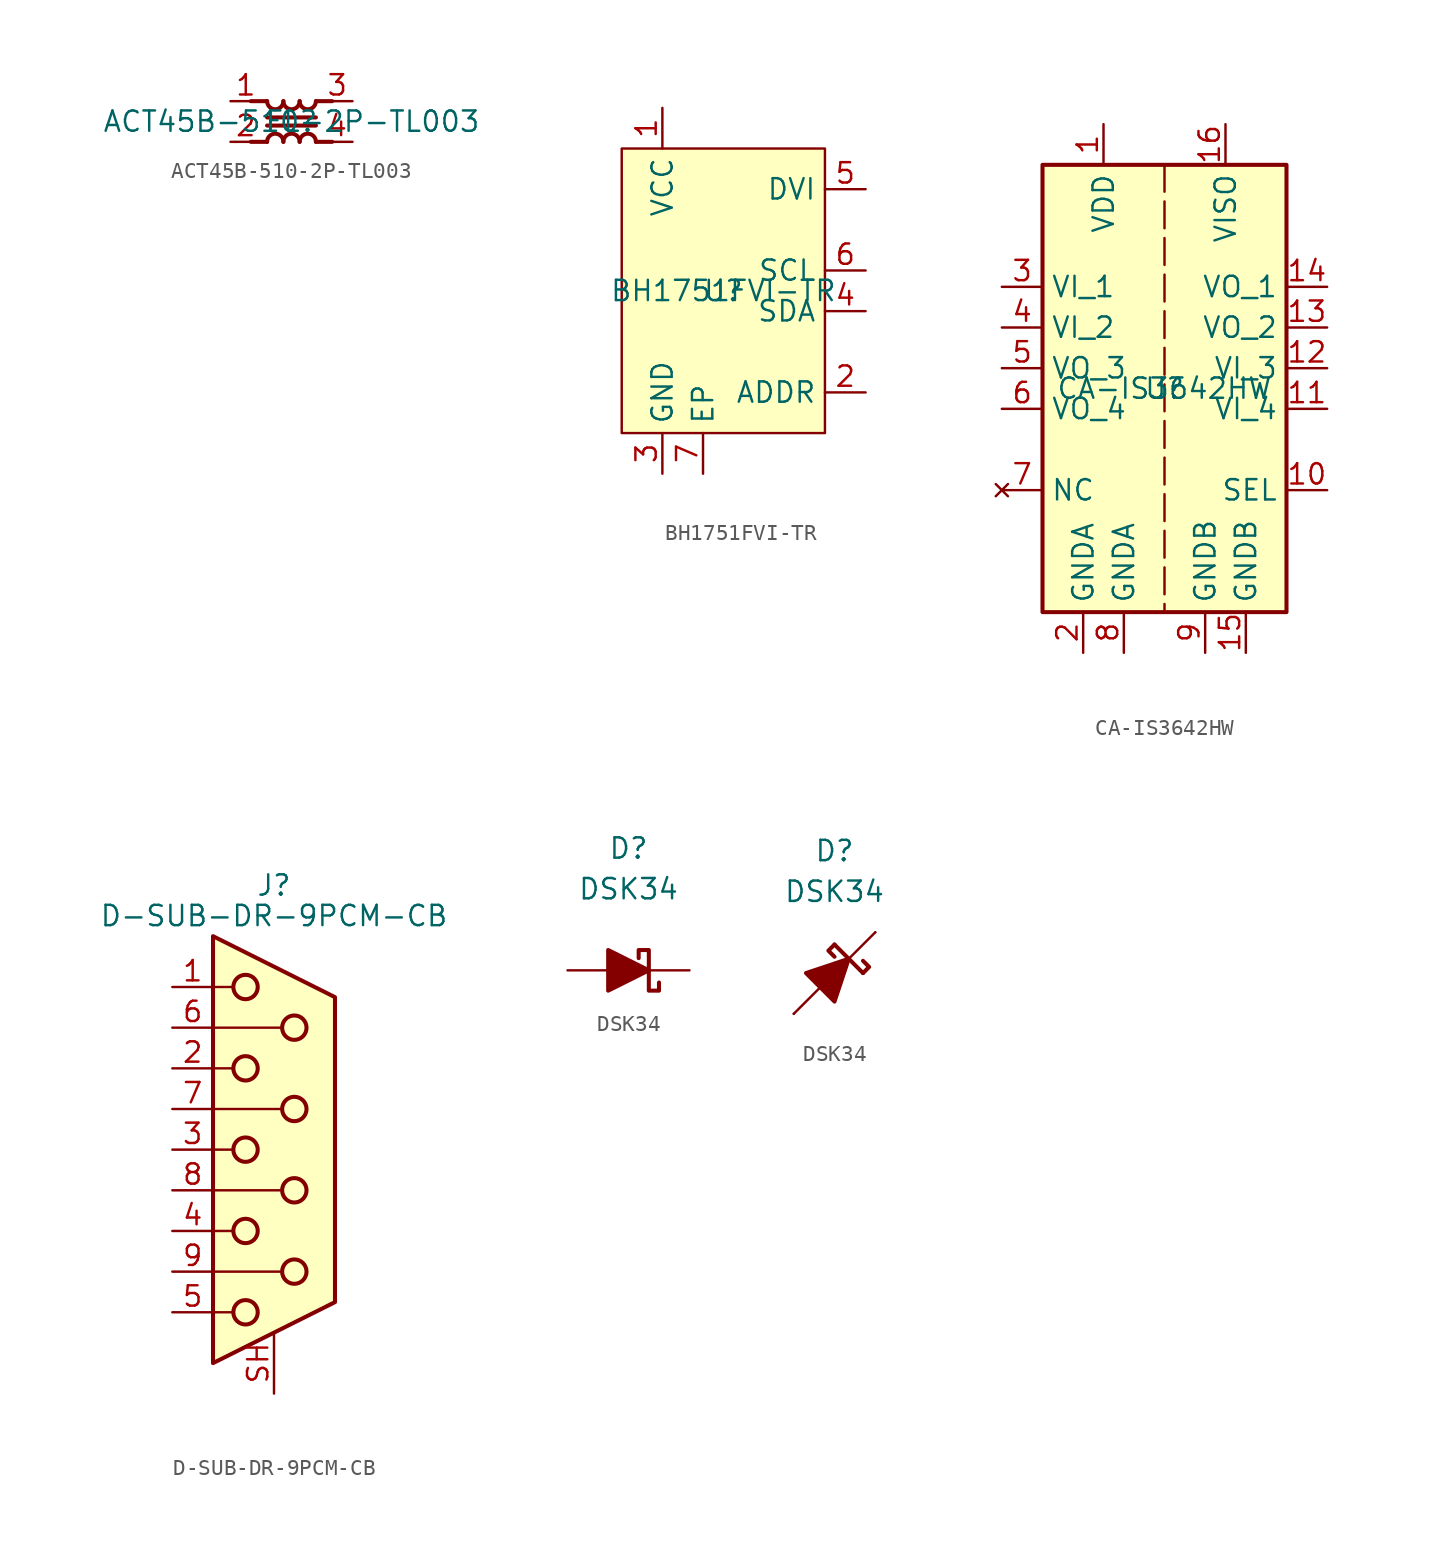
<source format=kicad_sym>
(kicad_symbol_lib
  (version 20241209)
  (generator "kicad_symbol_editor")
  (generator_version "9.0")
  (symbol "ACT45B-510-2P-TL003"
    (pin_names
      (offset 0.254)
      (hide yes))
    (property "Reference" "FL"
      (at 0 0 0)
      (effects (font (size 1.27 1.27))))
    (property "Value" "ACT45B-510-2P-TL003"
      (at 0 0 0)
      (effects (font (size 1.27 1.27))))
    (symbol "ACT45B-510-2P-TL003_0_1"
      (polyline (pts (xy -2.54 1.27) (xy -1.524 1.27)) (stroke (width 0.254) (type default)) (fill (type none)))
      (polyline (pts (xy -2.54 -1.27) (xy -1.524 -1.27)) (stroke (width 0.254) (type default)) (fill (type none)))
      (polyline (pts (xy -1.524 0.254) (xy 1.524 0.254)) (stroke (width 0.254) (type default)) (fill (type none)))
      (arc (start -0.508 1.27) (mid -1.016 0.7642) (end -1.524 1.27) (stroke (width 0.254) (type default)) (fill (type none)))
      (arc (start -1.524 -1.27) (mid -1.016 -0.7642) (end -0.508 -1.27) (stroke (width 0.254) (type default)) (fill (type none)))
      (arc (start 0.508 1.27) (mid 0 0.7642) (end -0.508 1.27) (stroke (width 0.254) (type default)) (fill (type none)))
      (arc (start -0.508 -1.27) (mid 0 -0.7642) (end 0.508 -1.27) (stroke (width 0.254) (type default)) (fill (type none)))
      (arc (start 1.524 1.27) (mid 1.016 0.7642) (end 0.508 1.27) (stroke (width 0.254) (type default)) (fill (type none)))
      (arc (start 0.508 -1.27) (mid 1.016 -0.7642) (end 1.524 -1.27) (stroke (width 0.254) (type default)) (fill (type none)))
      (polyline (pts (xy 1.524 1.27) (xy 2.54 1.27)) (stroke (width 0.254) (type default)) (fill (type none)))
      (polyline (pts (xy 1.524 -0.254) (xy -1.524 -0.254)) (stroke (width 0.254) (type default)) (fill (type none)))
      (polyline (pts (xy 1.524 -1.27) (xy 2.54 -1.27)) (stroke (width 0.254) (type default)) (fill (type none))))
    (symbol "ACT45B-510-2P-TL003_1_1"
      (pin passive line (at -3.81 1.27 0) (length 1.905) (name "1" (effects (font (size 1.27 1.27)))) (number "1" (effects (font (size 1.27 1.27)))))
      (pin passive line (at -3.81 -1.27 0) (length 1.905) (name "2" (effects (font (size 1.27 1.27)))) (number "2" (effects (font (size 1.27 1.27)))))
      (pin passive line (at 3.81 1.27 180) (length 1.905) (name "3" (effects (font (size 1.27 1.27)))) (number "3" (effects (font (size 1.27 1.27)))))
      (pin passive line (at 3.81 -1.27 180) (length 1.905) (name "4" (effects (font (size 1.27 1.27)))) (number "4" (effects (font (size 1.27 1.27)))))))
  (symbol "BH1751FVI-TR"
    (property "Reference" "U"
      (at 0 0 0)
      (effects (font (size 1.27 1.27))))
    (property "Value" "BH1751FVI-TR"
      (at 0 0 0)
      (effects (font (size 1.27 1.27))))
    (symbol "BH1751FVI-TR_0_1"
      (rectangle (start -6.35 8.89) (end 6.35 -8.89) (stroke (width 0) (type default)) (fill (type background))))
    (symbol "BH1751FVI-TR_1_1"
      (pin power_in line (at -3.81 11.43 270) (length 2.54) (name "VCC" (effects (font (size 1.27 1.27)))) (number "1" (effects (font (size 1.27 1.27)))))
      (pin passive line (at -3.81 -11.43 90) (length 2.54) (name "GND" (effects (font (size 1.27 1.27)))) (number "3" (effects (font (size 1.27 1.27)))))
      (pin passive line (at -1.27 -11.43 90) (length 2.54) (name "EP" (effects (font (size 1.27 1.27)))) (number "7" (effects (font (size 1.27 1.27)))))
      (pin input line (at 8.89 6.35 180) (length 2.54) (name "DVI" (effects (font (size 1.27 1.27)))) (number "5" (effects (font (size 1.27 1.27)))))
      (pin bidirectional line (at 8.89 1.27 180) (length 2.54) (name "SCL" (effects (font (size 1.27 1.27)))) (number "6" (effects (font (size 1.27 1.27)))))
      (pin bidirectional line (at 8.89 -1.27 180) (length 2.54) (name "SDA" (effects (font (size 1.27 1.27)))) (number "4" (effects (font (size 1.27 1.27)))))
      (pin input line (at 8.89 -6.35 180) (length 2.54) (name "ADDR" (effects (font (size 1.27 1.27)))) (number "2" (effects (font (size 1.27 1.27)))))))
  (symbol "CA-IS3642HW"
    (property "Reference" "U"
      (at 0 0 0)
      (effects (font (size 1.27 1.27))))
    (property "Value" "CA-IS3642HW"
      (at 0 0 0)
      (effects (font (size 1.27 1.27))))
    (symbol "CA-IS3642HW_0_1"
      (rectangle (start -7.62 13.97) (end 7.62 -13.97) (stroke (width 0.254) (type default)) (fill (type background)))
      (polyline (pts (xy 0 13.97) (xy 0 -13.97)) (stroke (width 0) (type dash)) (fill (type none))))
    (symbol "CA-IS3642HW_1_1"
      (pin input line (at -10.16 6.35 0) (length 2.54) (name "VI_1" (effects (font (size 1.27 1.27)))) (number "3" (effects (font (size 1.27 1.27)))))
      (pin input line (at -10.16 3.81 0) (length 2.54) (name "VI_2" (effects (font (size 1.27 1.27)))) (number "4" (effects (font (size 1.27 1.27)))))
      (pin output line (at -10.16 1.27 0) (length 2.54) (name "VO_3" (effects (font (size 1.27 1.27)))) (number "5" (effects (font (size 1.27 1.27)))))
      (pin output line (at -10.16 -1.27 0) (length 2.54) (name "VO_4" (effects (font (size 1.27 1.27)))) (number "6" (effects (font (size 1.27 1.27)))))
      (pin no_connect line (at -10.16 -6.35 0) (length 2.54) (name "NC" (effects (font (size 1.27 1.27)))) (number "7" (effects (font (size 1.27 1.27)))))
      (pin passive line (at -5.08 -16.51 90) (length 2.54) (name "GNDA" (effects (font (size 1.27 1.27)))) (number "2" (effects (font (size 1.27 1.27)))))
      (pin power_in line (at -3.81 16.51 270) (length 2.54) (name "VDD" (effects (font (size 1.27 1.27)))) (number "1" (effects (font (size 1.27 1.27)))))
      (pin passive line (at -2.54 -16.51 90) (length 2.54) (name "GNDA" (effects (font (size 1.27 1.27)))) (number "8" (effects (font (size 1.27 1.27)))))
      (pin passive line (at 2.54 -16.51 90) (length 2.54) (name "GNDB" (effects (font (size 1.27 1.27)))) (number "9" (effects (font (size 1.27 1.27)))))
      (pin power_out line (at 3.81 16.51 270) (length 2.54) (name "VISO" (effects (font (size 1.27 1.27)))) (number "16" (effects (font (size 1.27 1.27)))))
      (pin passive line (at 5.08 -16.51 90) (length 2.54) (name "GNDB" (effects (font (size 1.27 1.27)))) (number "15" (effects (font (size 1.27 1.27)))))
      (pin output line (at 10.16 6.35 180) (length 2.54) (name "VO_1" (effects (font (size 1.27 1.27)))) (number "14" (effects (font (size 1.27 1.27)))))
      (pin output line (at 10.16 3.81 180) (length 2.54) (name "VO_2" (effects (font (size 1.27 1.27)))) (number "13" (effects (font (size 1.27 1.27)))))
      (pin input line (at 10.16 1.27 180) (length 2.54) (name "VI_3" (effects (font (size 1.27 1.27)))) (number "12" (effects (font (size 1.27 1.27)))))
      (pin input line (at 10.16 -1.27 180) (length 2.54) (name "VI_4" (effects (font (size 1.27 1.27)))) (number "11" (effects (font (size 1.27 1.27)))))
      (pin input line (at 10.16 -6.35 180) (length 2.54) (name "SEL" (effects (font (size 1.27 1.27)))) (number "10" (effects (font (size 1.27 1.27)))))))
  (symbol "D-SUB-DR-9PCM-CB"
    (pin_names
      (offset 1.016)
      (hide yes))
    (property "Reference" "J"
      (at 0 16.51 0)
      (effects (font (size 1.27 1.27))))
    (property "Value" "D-SUB-DR-9PCM-CB"
      (at 0 14.605 0)
      (effects (font (size 1.27 1.27))))
    (symbol "D-SUB-DR-9PCM-CB_0_1"
      (polyline (pts (xy -3.81 13.335) (xy -3.81 -13.335) (xy 3.81 -9.525) (xy 3.81 9.525) (xy -3.81 13.335)) (stroke (width 0.254) (type default)) (fill (type background)))
      (polyline (pts (xy -3.81 10.16) (xy -2.54 10.16)) (stroke (width 0) (type default)) (fill (type none)))
      (polyline (pts (xy -3.81 7.62) (xy 0.508 7.62)) (stroke (width 0) (type default)) (fill (type none)))
      (polyline (pts (xy -3.81 5.08) (xy -2.54 5.08)) (stroke (width 0) (type default)) (fill (type none)))
      (polyline (pts (xy -3.81 2.54) (xy 0.508 2.54)) (stroke (width 0) (type default)) (fill (type none)))
      (polyline (pts (xy -3.81 0) (xy -2.54 0)) (stroke (width 0) (type default)) (fill (type none)))
      (polyline (pts (xy -3.81 -2.54) (xy 0.508 -2.54)) (stroke (width 0) (type default)) (fill (type none)))
      (polyline (pts (xy -3.81 -5.08) (xy -2.54 -5.08)) (stroke (width 0) (type default)) (fill (type none)))
      (polyline (pts (xy -3.81 -7.62) (xy 0.508 -7.62)) (stroke (width 0) (type default)) (fill (type none)))
      (polyline (pts (xy -3.81 -10.16) (xy -2.54 -10.16)) (stroke (width 0) (type default)) (fill (type none)))
      (circle (center -1.778 10.16) (radius 0.762) (stroke (width 0.254) (type default)) (fill (type none)))
      (circle (center -1.778 5.08) (radius 0.762) (stroke (width 0.254) (type default)) (fill (type none)))
      (circle (center -1.778 0) (radius 0.762) (stroke (width 0.254) (type default)) (fill (type none)))
      (circle (center -1.778 -5.08) (radius 0.762) (stroke (width 0.254) (type default)) (fill (type none)))
      (circle (center -1.778 -10.16) (radius 0.762) (stroke (width 0.254) (type default)) (fill (type none)))
      (circle (center 1.27 7.62) (radius 0.762) (stroke (width 0.254) (type default)) (fill (type none)))
      (circle (center 1.27 2.54) (radius 0.762) (stroke (width 0.254) (type default)) (fill (type none)))
      (circle (center 1.27 -2.54) (radius 0.762) (stroke (width 0.254) (type default)) (fill (type none)))
      (circle (center 1.27 -7.62) (radius 0.762) (stroke (width 0.254) (type default)) (fill (type none))))
    (symbol "D-SUB-DR-9PCM-CB_1_1"
      (pin passive line (at -6.35 10.16 0) (length 2.54) (name "1" (effects (font (size 1.27 1.27)))) (number "1" (effects (font (size 1.27 1.27)))))
      (pin passive line (at -6.35 7.62 0) (length 2.54) (name "6" (effects (font (size 1.27 1.27)))) (number "6" (effects (font (size 1.27 1.27)))))
      (pin passive line (at -6.35 5.08 0) (length 2.54) (name "2" (effects (font (size 1.27 1.27)))) (number "2" (effects (font (size 1.27 1.27)))))
      (pin passive line (at -6.35 2.54 0) (length 2.54) (name "7" (effects (font (size 1.27 1.27)))) (number "7" (effects (font (size 1.27 1.27)))))
      (pin passive line (at -6.35 0 0) (length 2.54) (name "3" (effects (font (size 1.27 1.27)))) (number "3" (effects (font (size 1.27 1.27)))))
      (pin passive line (at -6.35 -2.54 0) (length 2.54) (name "8" (effects (font (size 1.27 1.27)))) (number "8" (effects (font (size 1.27 1.27)))))
      (pin passive line (at -6.35 -5.08 0) (length 2.54) (name "4" (effects (font (size 1.27 1.27)))) (number "4" (effects (font (size 1.27 1.27)))))
      (pin passive line (at -6.35 -7.62 0) (length 2.54) (name "9" (effects (font (size 1.27 1.27)))) (number "9" (effects (font (size 1.27 1.27)))))
      (pin passive line (at -6.35 -10.16 0) (length 2.54) (name "5" (effects (font (size 1.27 1.27)))) (number "5" (effects (font (size 1.27 1.27)))))
      (pin passive line (at 0 -15.24 90) (length 3.81) (name "PAD" (effects (font (size 1.27 1.27)))) (number "SH" (effects (font (size 1.27 1.27)))))))
  (symbol "DSK34"
    (pin_numbers
      (hide yes))
    (pin_names
      (offset 1.016)
      (hide yes))
    (property "Reference" "D"
      (at 0 7.62 0)
      (effects (font (size 1.27 1.27))))
    (property "Value" "DSK34"
      (at 0 5.08 0)
      (effects (font (size 1.27 1.27))))
    (symbol "DSK34_0_1"
      (polyline (pts (xy -1.27 0) (xy 1.27 0)) (stroke (width 0) (type default)) (fill (type none)))
      (polyline (pts (xy -1.27 -1.27) (xy -1.27 1.27) (xy 1.27 0) (xy -1.27 -1.27)) (stroke (width 0.254) (type default)) (fill (type outline)))
      (polyline (pts (xy 1.905 -0.762) (xy 1.905 -1.27) (xy 1.27 -1.27) (xy 1.27 1.27) (xy 0.635 1.27) (xy 0.635 0.762)) (stroke (width 0.254) (type default)) (fill (type none))))
    (symbol "DSK34_0_2"
      (polyline (pts (xy -2.54 -2.54) (xy 2.54 2.54)) (stroke (width 0) (type default)) (fill (type none)))
      (polyline (pts (xy -0.889 -0.889) (xy -1.778 0) (xy 0.889 0.889) (xy 0 -1.778) (xy -0.889 -0.889)) (stroke (width 0.254) (type default)) (fill (type outline)))
      (polyline (pts (xy 0 1.778) (xy 1.778 0)) (stroke (width 0.254) (type default)) (fill (type none)))
      (polyline (pts (xy 0 1.778) (xy -0.381 1.397) (xy 0 1.016)) (stroke (width 0.254) (type default)) (fill (type none)))
      (polyline (pts (xy 1.778 0) (xy 2.159 0.381) (xy 1.778 0.762)) (stroke (width 0.254) (type default)) (fill (type none))))
    (symbol "DSK34_1_1"
      (pin passive line (at -3.81 0 0) (length 2.54) (name "A" (effects (font (size 1.27 1.27)))) (number "2" (effects (font (size 1.27 1.27)))))
      (pin passive line (at 3.81 0 180) (length 2.54) (name "K" (effects (font (size 1.27 1.27)))) (number "1" (effects (font (size 1.27 1.27))))))
    (symbol "DSK34_1_2"
      (pin passive line (at -2.54 -2.54 0) (length 0) (name "A" (effects (font (size 1.27 1.27)))) (number "2" (effects (font (size 1.27 1.27)))))
      (pin passive line (at 2.54 2.54 180) (length 0) (name "K" (effects (font (size 1.27 1.27)))) (number "1" (effects (font (size 1.27 1.27))))))))
</source>
